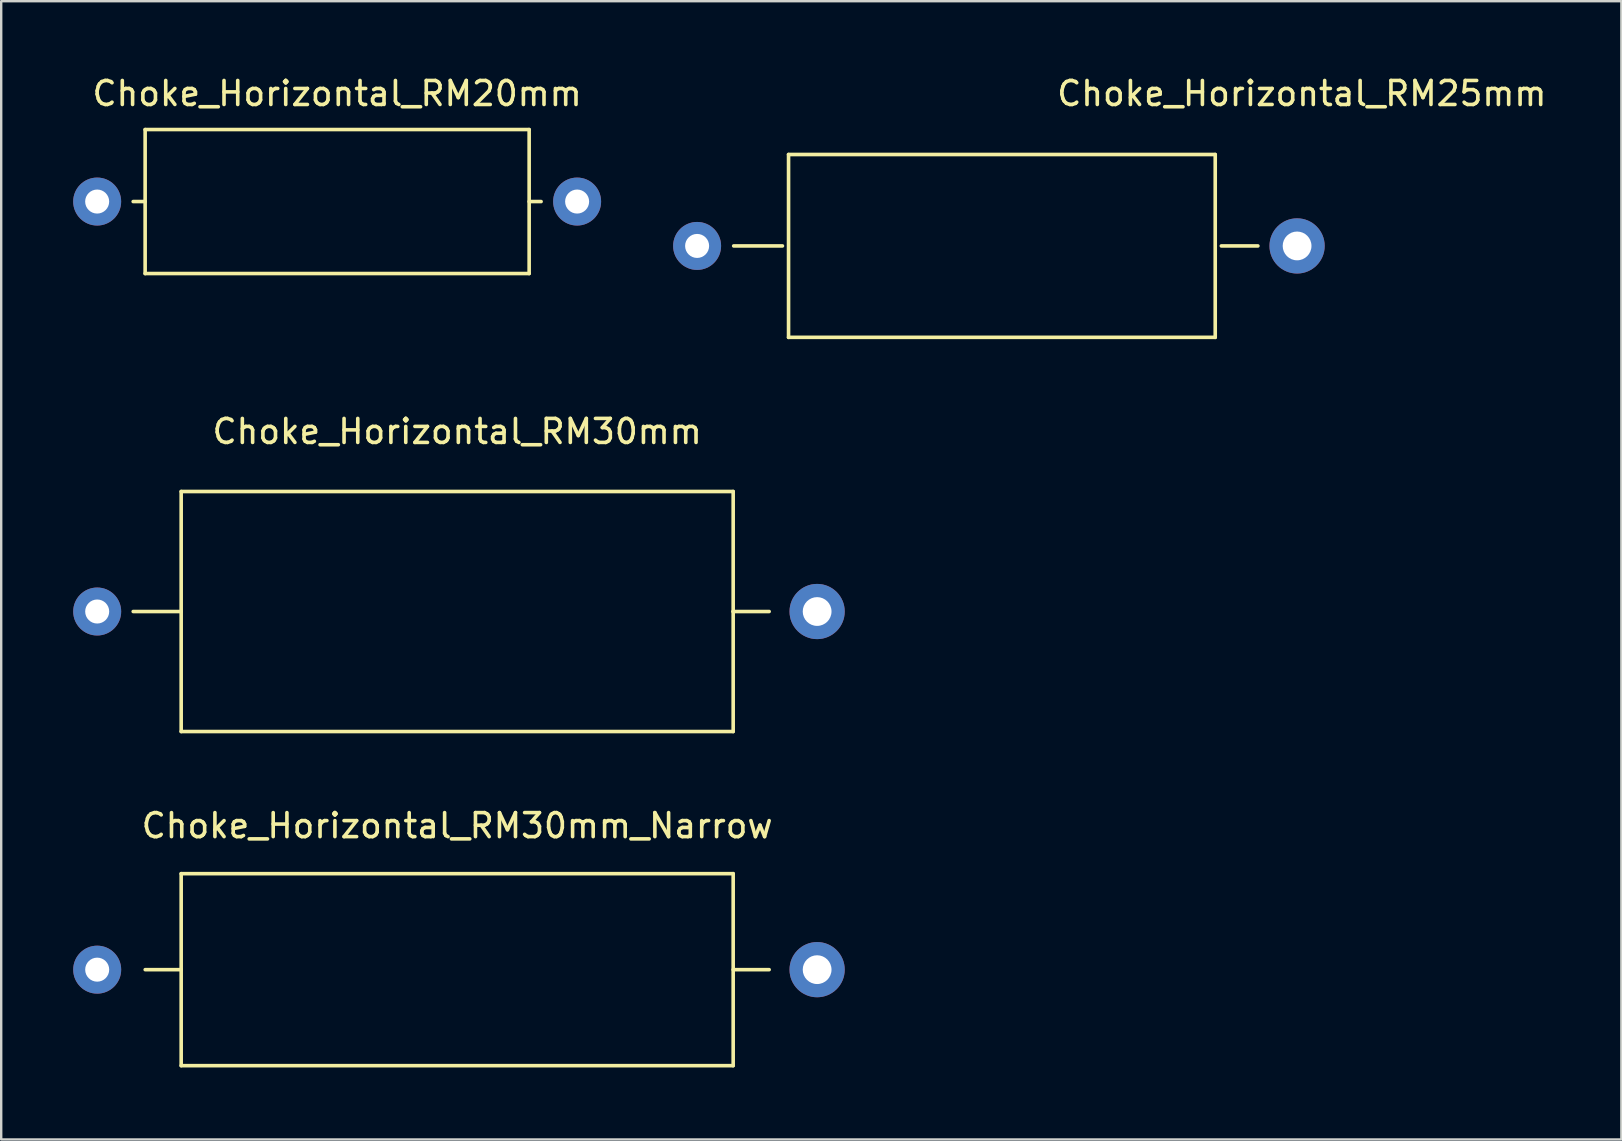
<source format=kicad_pcb>
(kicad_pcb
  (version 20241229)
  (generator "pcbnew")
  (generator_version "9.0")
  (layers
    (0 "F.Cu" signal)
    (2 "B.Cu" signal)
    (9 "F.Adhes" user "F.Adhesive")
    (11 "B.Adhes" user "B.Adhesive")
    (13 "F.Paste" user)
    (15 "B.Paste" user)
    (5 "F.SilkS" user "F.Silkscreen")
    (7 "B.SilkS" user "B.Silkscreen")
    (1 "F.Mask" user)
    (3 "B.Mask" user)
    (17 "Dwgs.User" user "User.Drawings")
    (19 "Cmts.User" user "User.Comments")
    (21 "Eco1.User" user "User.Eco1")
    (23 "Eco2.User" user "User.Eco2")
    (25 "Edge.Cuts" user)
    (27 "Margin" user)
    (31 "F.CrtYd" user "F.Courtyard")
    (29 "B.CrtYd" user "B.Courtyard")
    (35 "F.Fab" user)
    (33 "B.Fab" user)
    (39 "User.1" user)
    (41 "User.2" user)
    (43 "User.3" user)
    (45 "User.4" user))
  (footprint "Choke_Horizontal_RM25mm"
    (layer "F.Cu")
    (at 38.498 7.198)
    (property "Reference" "Choke_Horizontal_RM25mm" (at 12.7 -6.35 0) (layer "F.SilkS") (effects (font (size 1 1) (thickness 0.15))))
    (attr through_hole)
    (fp_line (start -8.943 0) (end -10.975 0) (stroke (width 0.15) (type solid)) (layer "F.SilkS"))
    (fp_line (start -8.689 -3.81) (end -8.689 3.81) (stroke (width 0.15) (type solid)) (layer "F.SilkS"))
    (fp_line (start -8.689 3.81) (end 9.091 3.81) (stroke (width 0.15) (type solid)) (layer "F.SilkS"))
    (fp_line (start 9.091 -3.81) (end -8.689 -3.81) (stroke (width 0.15) (type solid)) (layer "F.SilkS"))
    (fp_line (start 9.091 3.81) (end 9.091 -3.81) (stroke (width 0.15) (type solid)) (layer "F.SilkS"))
    (fp_line (start 9.345 0) (end 10.869 0) (stroke (width 0.15) (type solid)) (layer "F.SilkS"))
    (pad "1" thru_hole circle (at -12.499 0) (size 1.999 1.999) (drill 1.001) (layers "*.Cu" "*.Mask"))
    (pad "2" thru_hole circle (at 12.502 0) (size 2.301 2.301) (drill 1.199) (layers "*.Cu" "*.Mask")))
  (footprint "Choke_Horizontal_RM30mm"
    (layer "F.Cu")
    (at 16.001 22.432)
    (property "Reference" "Choke_Horizontal_RM30mm" (at 0 -7.501 0) (layer "F.SilkS") (effects (font (size 1 1) (thickness 0.15))))
    (attr through_hole)
    (fp_line (start -11.501 0) (end -13.5 0) (stroke (width 0.15) (type solid)) (layer "F.SilkS"))
    (fp_line (start -11.501 0) (end -11.501 -5.001) (stroke (width 0.15) (type solid)) (layer "F.SilkS"))
    (fp_line (start -11.501 0) (end -11.501 5.001) (stroke (width 0.15) (type solid)) (layer "F.SilkS"))
    (fp_line (start 11.501 -5.001) (end -11.501 -5.001) (stroke (width 0.15) (type solid)) (layer "F.SilkS"))
    (fp_line (start 11.501 0) (end 11.501 -5.001) (stroke (width 0.15) (type solid)) (layer "F.SilkS"))
    (fp_line (start 11.501 0) (end 11.501 5.001) (stroke (width 0.15) (type solid)) (layer "F.SilkS"))
    (fp_line (start 11.501 0) (end 13 0) (stroke (width 0.15) (type solid)) (layer "F.SilkS"))
    (fp_line (start 11.501 5.001) (end -11.501 5.001) (stroke (width 0.15) (type solid)) (layer "F.SilkS"))
    (pad "1" thru_hole circle (at -15.001 0) (size 1.999 1.999) (drill 1.001) (layers "*.Cu" "*.Mask"))
    (pad "2" thru_hole circle (at 14.999 0) (size 2.301 2.301) (drill 1.199) (layers "*.Cu" "*.Mask")))
  (footprint "Choke_Horizontal_RM20mm"
    (layer "F.Cu")
    (at 10.999 5.349)
    (property "Reference" "Choke_Horizontal_RM20mm" (at 0 -4.501 0) (layer "F.SilkS") (effects (font (size 1 1) (thickness 0.15))))
    (attr through_hole)
    (fp_line (start -8.001 -3) (end -8.001 3) (stroke (width 0.15) (type solid)) (layer "F.SilkS"))
    (fp_line (start -8.001 0) (end -8.499 0) (stroke (width 0.15) (type solid)) (layer "F.SilkS"))
    (fp_line (start -8.001 3) (end 8.001 3) (stroke (width 0.15) (type solid)) (layer "F.SilkS"))
    (fp_line (start 8.001 -3) (end -8.001 -3) (stroke (width 0.15) (type solid)) (layer "F.SilkS"))
    (fp_line (start 8.001 0) (end 8.499 0) (stroke (width 0.15) (type solid)) (layer "F.SilkS"))
    (fp_line (start 8.001 3) (end 8.001 -3) (stroke (width 0.15) (type solid)) (layer "F.SilkS"))
    (pad "1" thru_hole circle (at -10 0) (size 1.999 1.999) (drill 1.001) (layers "*.Cu" "*.Mask"))
    (pad "2" thru_hole circle (at 10 0) (size 1.999 1.999) (drill 1.001) (layers "*.Cu" "*.Mask")))
  (footprint "Choke_Horizontal_RM30mm_Narrow"
    (layer "F.Cu")
    (at 16.001 37.356)
    (property "Reference" "Choke_Horizontal_RM30mm_Narrow" (at 0 -5.999 0) (layer "F.SilkS") (effects (font (size 1 1) (thickness 0.15))))
    (attr through_hole)
    (fp_line (start -11.501 -4) (end 11.501 -4) (stroke (width 0.15) (type solid)) (layer "F.SilkS"))
    (fp_line (start -11.501 0) (end -13 0) (stroke (width 0.15) (type solid)) (layer "F.SilkS"))
    (fp_line (start -11.501 0) (end -11.501 -4) (stroke (width 0.15) (type solid)) (layer "F.SilkS"))
    (fp_line (start -11.501 0) (end -11.501 4) (stroke (width 0.15) (type solid)) (layer "F.SilkS"))
    (fp_line (start 11.501 -4) (end 11.501 4) (stroke (width 0.15) (type solid)) (layer "F.SilkS"))
    (fp_line (start 11.501 0) (end 13 0) (stroke (width 0.15) (type solid)) (layer "F.SilkS"))
    (fp_line (start 11.501 4) (end -11.501 4) (stroke (width 0.15) (type solid)) (layer "F.SilkS"))
    (pad "1" thru_hole circle (at -15.001 0) (size 1.999 1.999) (drill 1.001) (layers "*.Cu" "*.Mask"))
    (pad "2" thru_hole circle (at 14.999 0) (size 2.301 2.301) (drill 1.199) (layers "*.Cu" "*.Mask")))
  (gr_rect
    (start -3 -3)
    (end 64.513 44.432)
    (stroke (width 0.1) (type default))
    (fill no)
    (layer "Edge.Cuts")))
</source>
